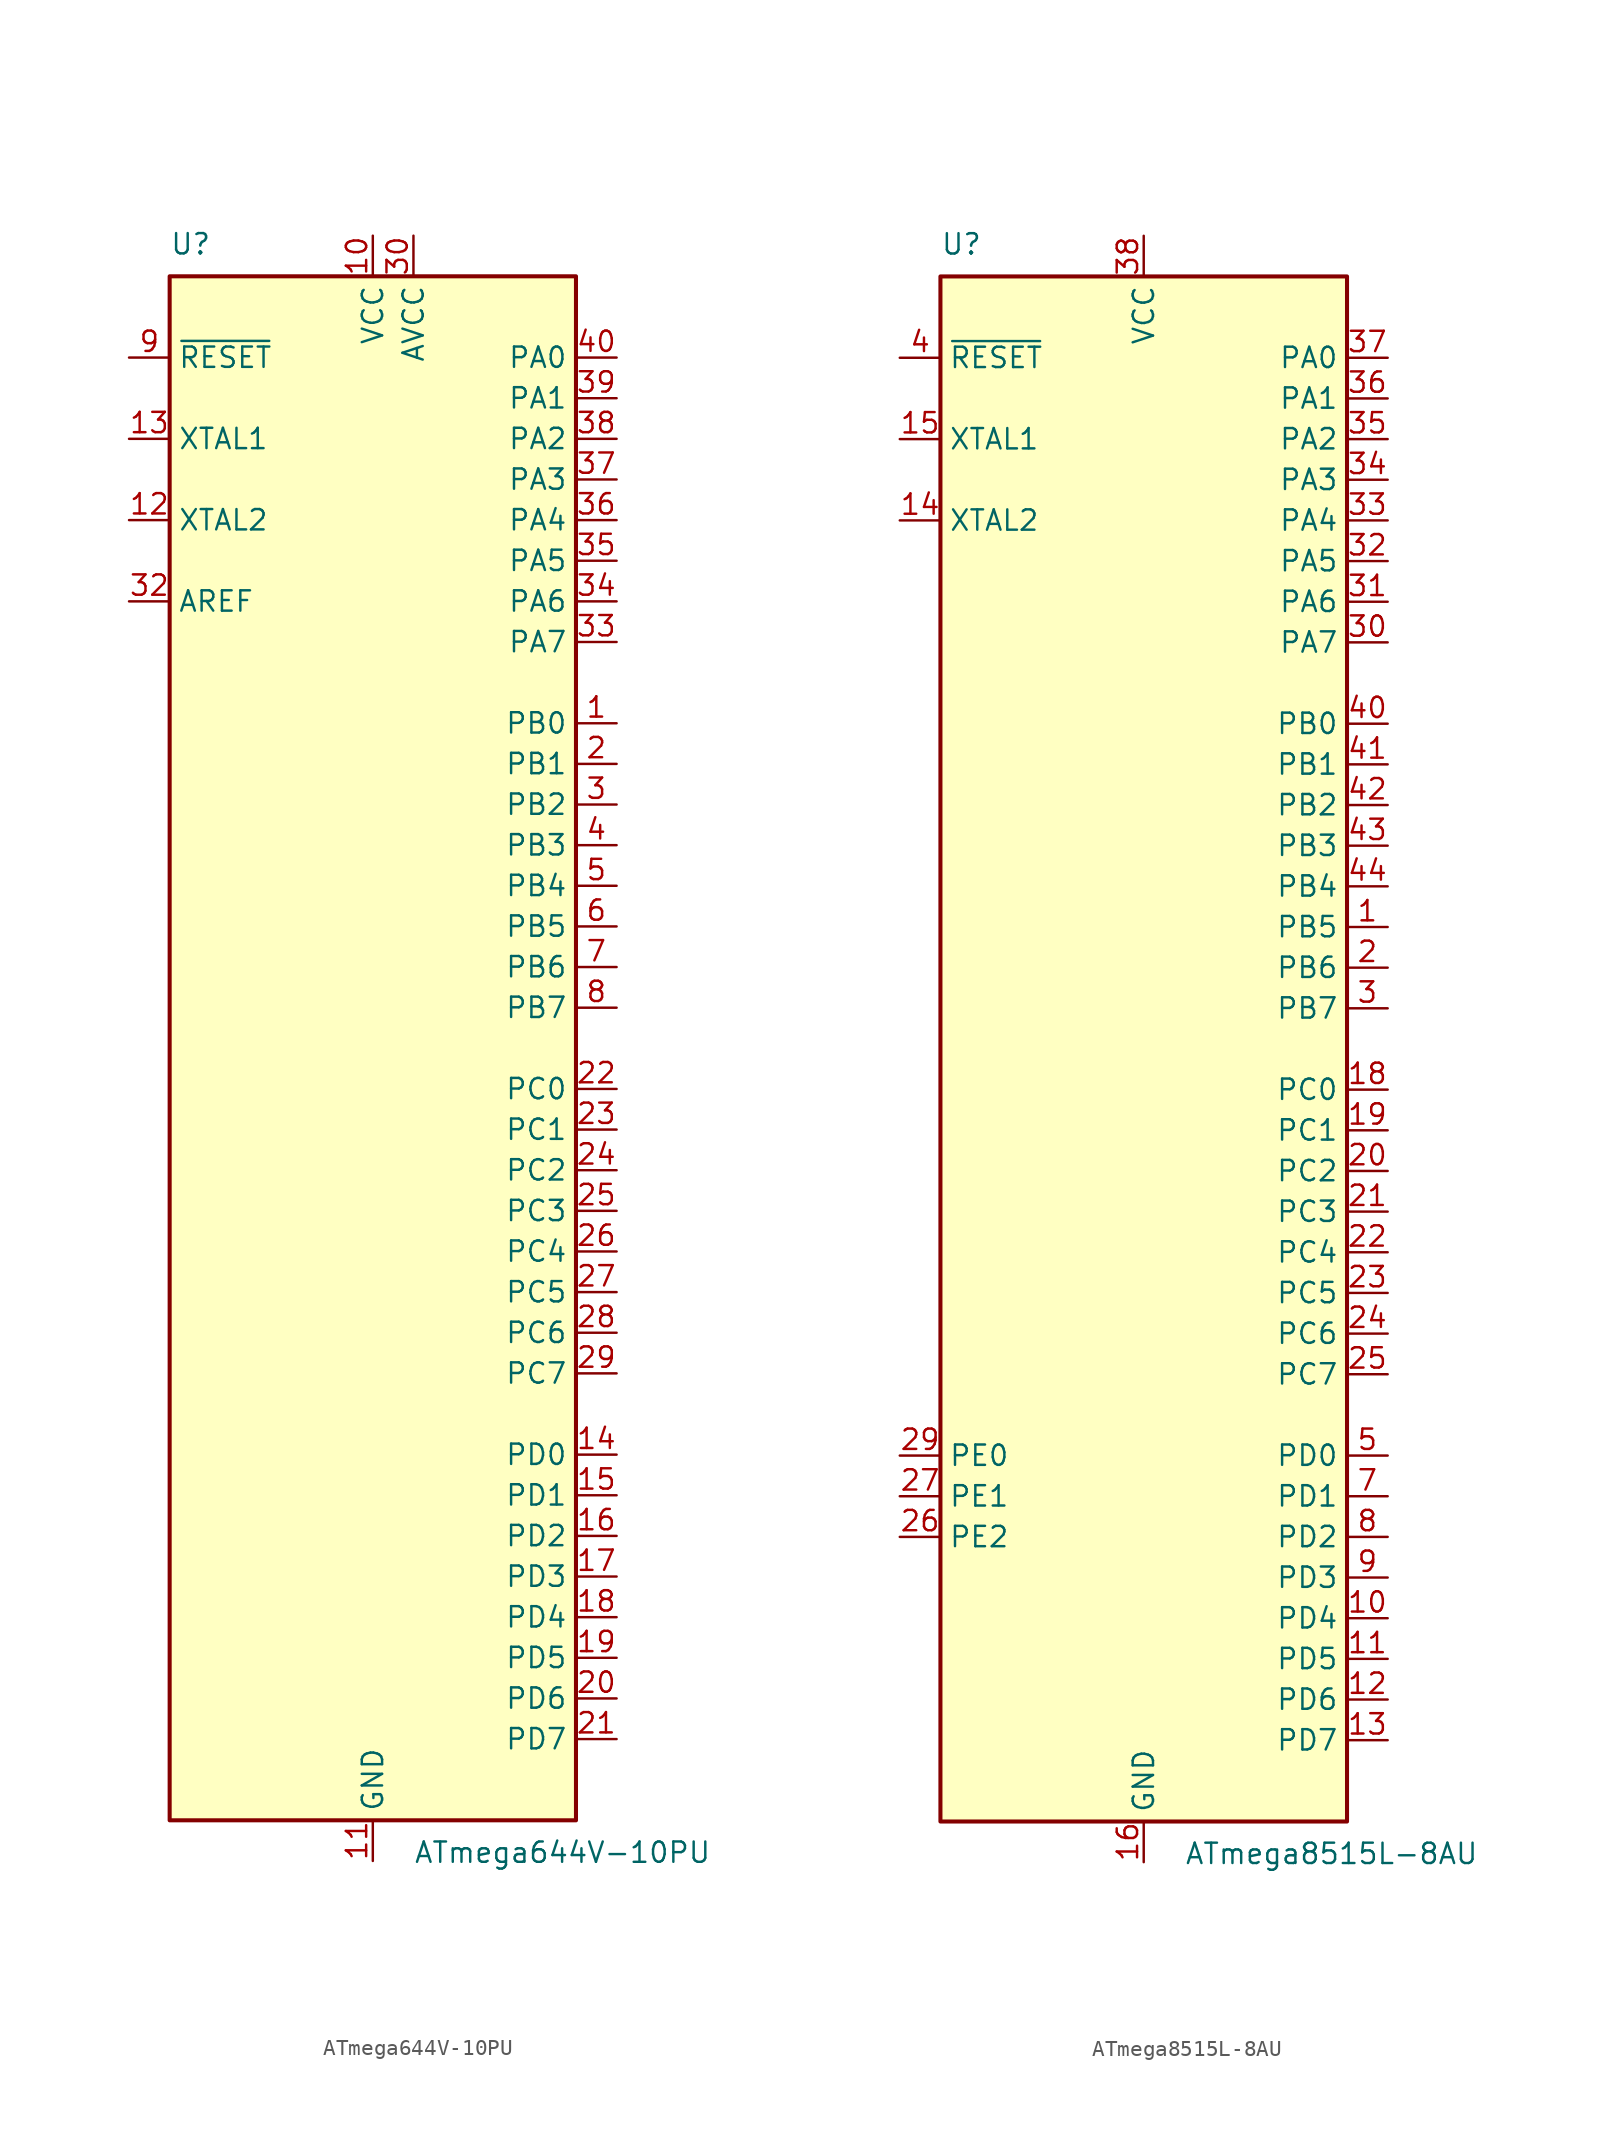
<source format=kicad_sym>
(kicad_symbol_lib
  (version 20201005)
  (generator kicad_symbol_editor)
  (symbol "ATmega644V-10PU"
    (property "Reference" "U"
      (at -12.7 49.53 0)
      (effects (font (size 1.27 1.27)) (justify left bottom)))
    (property "Value" "ATmega644V-10PU"
      (at 2.54 -49.53 0)
      (effects (font (size 1.27 1.27)) (justify left top)))
    (symbol "ATmega644V-10PU_0_1"
      (rectangle (start -12.7 -48.26) (end 12.7 48.26) (stroke (width 0.254)) (fill (type background))))
    (symbol "ATmega644V-10PU_1_1"
      (pin tri_state line (at 15.24 20.32 180) (length 2.54) (name "PB0" (effects (font (size 1.27 1.27)))) (number "1" (effects (font (size 1.27 1.27)))))
      (pin power_in line (at 0 50.8 270) (length 2.54) (name "VCC" (effects (font (size 1.27 1.27)))) (number "10" (effects (font (size 1.27 1.27)))))
      (pin power_in line (at 0 -50.8 90) (length 2.54) (name "GND" (effects (font (size 1.27 1.27)))) (number "11" (effects (font (size 1.27 1.27)))))
      (pin output line (at -15.24 33.02 0) (length 2.54) (name "XTAL2" (effects (font (size 1.27 1.27)))) (number "12" (effects (font (size 1.27 1.27)))))
      (pin input line (at -15.24 38.1 0) (length 2.54) (name "XTAL1" (effects (font (size 1.27 1.27)))) (number "13" (effects (font (size 1.27 1.27)))))
      (pin tri_state line (at 15.24 -25.4 180) (length 2.54) (name "PD0" (effects (font (size 1.27 1.27)))) (number "14" (effects (font (size 1.27 1.27)))))
      (pin tri_state line (at 15.24 -27.94 180) (length 2.54) (name "PD1" (effects (font (size 1.27 1.27)))) (number "15" (effects (font (size 1.27 1.27)))))
      (pin tri_state line (at 15.24 -30.48 180) (length 2.54) (name "PD2" (effects (font (size 1.27 1.27)))) (number "16" (effects (font (size 1.27 1.27)))))
      (pin tri_state line (at 15.24 -33.02 180) (length 2.54) (name "PD3" (effects (font (size 1.27 1.27)))) (number "17" (effects (font (size 1.27 1.27)))))
      (pin tri_state line (at 15.24 -35.56 180) (length 2.54) (name "PD4" (effects (font (size 1.27 1.27)))) (number "18" (effects (font (size 1.27 1.27)))))
      (pin tri_state line (at 15.24 -38.1 180) (length 2.54) (name "PD5" (effects (font (size 1.27 1.27)))) (number "19" (effects (font (size 1.27 1.27)))))
      (pin tri_state line (at 15.24 17.78 180) (length 2.54) (name "PB1" (effects (font (size 1.27 1.27)))) (number "2" (effects (font (size 1.27 1.27)))))
      (pin tri_state line (at 15.24 -40.64 180) (length 2.54) (name "PD6" (effects (font (size 1.27 1.27)))) (number "20" (effects (font (size 1.27 1.27)))))
      (pin tri_state line (at 15.24 -43.18 180) (length 2.54) (name "PD7" (effects (font (size 1.27 1.27)))) (number "21" (effects (font (size 1.27 1.27)))))
      (pin tri_state line (at 15.24 -2.54 180) (length 2.54) (name "PC0" (effects (font (size 1.27 1.27)))) (number "22" (effects (font (size 1.27 1.27)))))
      (pin tri_state line (at 15.24 -5.08 180) (length 2.54) (name "PC1" (effects (font (size 1.27 1.27)))) (number "23" (effects (font (size 1.27 1.27)))))
      (pin tri_state line (at 15.24 -7.62 180) (length 2.54) (name "PC2" (effects (font (size 1.27 1.27)))) (number "24" (effects (font (size 1.27 1.27)))))
      (pin tri_state line (at 15.24 -10.16 180) (length 2.54) (name "PC3" (effects (font (size 1.27 1.27)))) (number "25" (effects (font (size 1.27 1.27)))))
      (pin tri_state line (at 15.24 -12.7 180) (length 2.54) (name "PC4" (effects (font (size 1.27 1.27)))) (number "26" (effects (font (size 1.27 1.27)))))
      (pin tri_state line (at 15.24 -15.24 180) (length 2.54) (name "PC5" (effects (font (size 1.27 1.27)))) (number "27" (effects (font (size 1.27 1.27)))))
      (pin tri_state line (at 15.24 -17.78 180) (length 2.54) (name "PC6" (effects (font (size 1.27 1.27)))) (number "28" (effects (font (size 1.27 1.27)))))
      (pin tri_state line (at 15.24 -20.32 180) (length 2.54) (name "PC7" (effects (font (size 1.27 1.27)))) (number "29" (effects (font (size 1.27 1.27)))))
      (pin tri_state line (at 15.24 15.24 180) (length 2.54) (name "PB2" (effects (font (size 1.27 1.27)))) (number "3" (effects (font (size 1.27 1.27)))))
      (pin power_in line (at 2.54 50.8 270) (length 2.54) (name "AVCC" (effects (font (size 1.27 1.27)))) (number "30" (effects (font (size 1.27 1.27)))))
      (pin passive line (at 0 -50.8 90) (length 2.54) hide (name "GND" (effects (font (size 1.27 1.27)))) (number "31" (effects (font (size 1.27 1.27)))))
      (pin passive line (at -15.24 27.94 0) (length 2.54) (name "AREF" (effects (font (size 1.27 1.27)))) (number "32" (effects (font (size 1.27 1.27)))))
      (pin tri_state line (at 15.24 25.4 180) (length 2.54) (name "PA7" (effects (font (size 1.27 1.27)))) (number "33" (effects (font (size 1.27 1.27)))))
      (pin tri_state line (at 15.24 27.94 180) (length 2.54) (name "PA6" (effects (font (size 1.27 1.27)))) (number "34" (effects (font (size 1.27 1.27)))))
      (pin tri_state line (at 15.24 30.48 180) (length 2.54) (name "PA5" (effects (font (size 1.27 1.27)))) (number "35" (effects (font (size 1.27 1.27)))))
      (pin tri_state line (at 15.24 33.02 180) (length 2.54) (name "PA4" (effects (font (size 1.27 1.27)))) (number "36" (effects (font (size 1.27 1.27)))))
      (pin tri_state line (at 15.24 35.56 180) (length 2.54) (name "PA3" (effects (font (size 1.27 1.27)))) (number "37" (effects (font (size 1.27 1.27)))))
      (pin tri_state line (at 15.24 38.1 180) (length 2.54) (name "PA2" (effects (font (size 1.27 1.27)))) (number "38" (effects (font (size 1.27 1.27)))))
      (pin tri_state line (at 15.24 40.64 180) (length 2.54) (name "PA1" (effects (font (size 1.27 1.27)))) (number "39" (effects (font (size 1.27 1.27)))))
      (pin tri_state line (at 15.24 12.7 180) (length 2.54) (name "PB3" (effects (font (size 1.27 1.27)))) (number "4" (effects (font (size 1.27 1.27)))))
      (pin tri_state line (at 15.24 43.18 180) (length 2.54) (name "PA0" (effects (font (size 1.27 1.27)))) (number "40" (effects (font (size 1.27 1.27)))))
      (pin tri_state line (at 15.24 10.16 180) (length 2.54) (name "PB4" (effects (font (size 1.27 1.27)))) (number "5" (effects (font (size 1.27 1.27)))))
      (pin tri_state line (at 15.24 7.62 180) (length 2.54) (name "PB5" (effects (font (size 1.27 1.27)))) (number "6" (effects (font (size 1.27 1.27)))))
      (pin tri_state line (at 15.24 5.08 180) (length 2.54) (name "PB6" (effects (font (size 1.27 1.27)))) (number "7" (effects (font (size 1.27 1.27)))))
      (pin tri_state line (at 15.24 2.54 180) (length 2.54) (name "PB7" (effects (font (size 1.27 1.27)))) (number "8" (effects (font (size 1.27 1.27)))))
      (pin input line (at -15.24 43.18 0) (length 2.54) (name "~RESET" (effects (font (size 1.27 1.27)))) (number "9" (effects (font (size 1.27 1.27)))))))
  (symbol "ATmega8515L-8AU"
    (property "Reference" "U"
      (at -12.7 49.53 0)
      (effects (font (size 1.27 1.27)) (justify left bottom)))
    (property "Value" "ATmega8515L-8AU"
      (at 2.54 -49.53 0)
      (effects (font (size 1.27 1.27)) (justify left top)))
    (symbol "ATmega8515L-8AU_0_1"
      (rectangle (start -12.7 -48.26) (end 12.7 48.26) (stroke (width 0.254)) (fill (type background))))
    (symbol "ATmega8515L-8AU_1_1"
      (pin tri_state line (at 15.24 7.62 180) (length 2.54) (name "PB5" (effects (font (size 1.27 1.27)))) (number "1" (effects (font (size 1.27 1.27)))))
      (pin tri_state line (at 15.24 -35.56 180) (length 2.54) (name "PD4" (effects (font (size 1.27 1.27)))) (number "10" (effects (font (size 1.27 1.27)))))
      (pin tri_state line (at 15.24 -38.1 180) (length 2.54) (name "PD5" (effects (font (size 1.27 1.27)))) (number "11" (effects (font (size 1.27 1.27)))))
      (pin tri_state line (at 15.24 -40.64 180) (length 2.54) (name "PD6" (effects (font (size 1.27 1.27)))) (number "12" (effects (font (size 1.27 1.27)))))
      (pin tri_state line (at 15.24 -43.18 180) (length 2.54) (name "PD7" (effects (font (size 1.27 1.27)))) (number "13" (effects (font (size 1.27 1.27)))))
      (pin output line (at -15.24 33.02 0) (length 2.54) (name "XTAL2" (effects (font (size 1.27 1.27)))) (number "14" (effects (font (size 1.27 1.27)))))
      (pin input line (at -15.24 38.1 0) (length 2.54) (name "XTAL1" (effects (font (size 1.27 1.27)))) (number "15" (effects (font (size 1.27 1.27)))))
      (pin power_in line (at 0 -50.8 90) (length 2.54) (name "GND" (effects (font (size 1.27 1.27)))) (number "16" (effects (font (size 1.27 1.27)))))
      (pin no_connect line (at -12.7 -40.64 0) (length 2.54) hide (name "NC" (effects (font (size 1.27 1.27)))) (number "17" (effects (font (size 1.27 1.27)))))
      (pin tri_state line (at 15.24 -2.54 180) (length 2.54) (name "PC0" (effects (font (size 1.27 1.27)))) (number "18" (effects (font (size 1.27 1.27)))))
      (pin tri_state line (at 15.24 -5.08 180) (length 2.54) (name "PC1" (effects (font (size 1.27 1.27)))) (number "19" (effects (font (size 1.27 1.27)))))
      (pin tri_state line (at 15.24 5.08 180) (length 2.54) (name "PB6" (effects (font (size 1.27 1.27)))) (number "2" (effects (font (size 1.27 1.27)))))
      (pin tri_state line (at 15.24 -7.62 180) (length 2.54) (name "PC2" (effects (font (size 1.27 1.27)))) (number "20" (effects (font (size 1.27 1.27)))))
      (pin tri_state line (at 15.24 -10.16 180) (length 2.54) (name "PC3" (effects (font (size 1.27 1.27)))) (number "21" (effects (font (size 1.27 1.27)))))
      (pin tri_state line (at 15.24 -12.7 180) (length 2.54) (name "PC4" (effects (font (size 1.27 1.27)))) (number "22" (effects (font (size 1.27 1.27)))))
      (pin tri_state line (at 15.24 -15.24 180) (length 2.54) (name "PC5" (effects (font (size 1.27 1.27)))) (number "23" (effects (font (size 1.27 1.27)))))
      (pin tri_state line (at 15.24 -17.78 180) (length 2.54) (name "PC6" (effects (font (size 1.27 1.27)))) (number "24" (effects (font (size 1.27 1.27)))))
      (pin tri_state line (at 15.24 -20.32 180) (length 2.54) (name "PC7" (effects (font (size 1.27 1.27)))) (number "25" (effects (font (size 1.27 1.27)))))
      (pin tri_state line (at -15.24 -30.48 0) (length 2.54) (name "PE2" (effects (font (size 1.27 1.27)))) (number "26" (effects (font (size 1.27 1.27)))))
      (pin tri_state line (at -15.24 -27.94 0) (length 2.54) (name "PE1" (effects (font (size 1.27 1.27)))) (number "27" (effects (font (size 1.27 1.27)))))
      (pin no_connect line (at -12.7 -43.18 0) (length 2.54) hide (name "NC" (effects (font (size 1.27 1.27)))) (number "28" (effects (font (size 1.27 1.27)))))
      (pin tri_state line (at -15.24 -25.4 0) (length 2.54) (name "PE0" (effects (font (size 1.27 1.27)))) (number "29" (effects (font (size 1.27 1.27)))))
      (pin tri_state line (at 15.24 2.54 180) (length 2.54) (name "PB7" (effects (font (size 1.27 1.27)))) (number "3" (effects (font (size 1.27 1.27)))))
      (pin tri_state line (at 15.24 25.4 180) (length 2.54) (name "PA7" (effects (font (size 1.27 1.27)))) (number "30" (effects (font (size 1.27 1.27)))))
      (pin tri_state line (at 15.24 27.94 180) (length 2.54) (name "PA6" (effects (font (size 1.27 1.27)))) (number "31" (effects (font (size 1.27 1.27)))))
      (pin tri_state line (at 15.24 30.48 180) (length 2.54) (name "PA5" (effects (font (size 1.27 1.27)))) (number "32" (effects (font (size 1.27 1.27)))))
      (pin tri_state line (at 15.24 33.02 180) (length 2.54) (name "PA4" (effects (font (size 1.27 1.27)))) (number "33" (effects (font (size 1.27 1.27)))))
      (pin tri_state line (at 15.24 35.56 180) (length 2.54) (name "PA3" (effects (font (size 1.27 1.27)))) (number "34" (effects (font (size 1.27 1.27)))))
      (pin tri_state line (at 15.24 38.1 180) (length 2.54) (name "PA2" (effects (font (size 1.27 1.27)))) (number "35" (effects (font (size 1.27 1.27)))))
      (pin tri_state line (at 15.24 40.64 180) (length 2.54) (name "PA1" (effects (font (size 1.27 1.27)))) (number "36" (effects (font (size 1.27 1.27)))))
      (pin tri_state line (at 15.24 43.18 180) (length 2.54) (name "PA0" (effects (font (size 1.27 1.27)))) (number "37" (effects (font (size 1.27 1.27)))))
      (pin power_in line (at 0 50.8 270) (length 2.54) (name "VCC" (effects (font (size 1.27 1.27)))) (number "38" (effects (font (size 1.27 1.27)))))
      (pin no_connect line (at -12.7 -45.72 0) (length 2.54) hide (name "NC" (effects (font (size 1.27 1.27)))) (number "39" (effects (font (size 1.27 1.27)))))
      (pin input line (at -15.24 43.18 0) (length 2.54) (name "~RESET" (effects (font (size 1.27 1.27)))) (number "4" (effects (font (size 1.27 1.27)))))
      (pin tri_state line (at 15.24 20.32 180) (length 2.54) (name "PB0" (effects (font (size 1.27 1.27)))) (number "40" (effects (font (size 1.27 1.27)))))
      (pin tri_state line (at 15.24 17.78 180) (length 2.54) (name "PB1" (effects (font (size 1.27 1.27)))) (number "41" (effects (font (size 1.27 1.27)))))
      (pin tri_state line (at 15.24 15.24 180) (length 2.54) (name "PB2" (effects (font (size 1.27 1.27)))) (number "42" (effects (font (size 1.27 1.27)))))
      (pin tri_state line (at 15.24 12.7 180) (length 2.54) (name "PB3" (effects (font (size 1.27 1.27)))) (number "43" (effects (font (size 1.27 1.27)))))
      (pin tri_state line (at 15.24 10.16 180) (length 2.54) (name "PB4" (effects (font (size 1.27 1.27)))) (number "44" (effects (font (size 1.27 1.27)))))
      (pin tri_state line (at 15.24 -25.4 180) (length 2.54) (name "PD0" (effects (font (size 1.27 1.27)))) (number "5" (effects (font (size 1.27 1.27)))))
      (pin no_connect line (at -12.7 -38.1 0) (length 2.54) hide (name "NC" (effects (font (size 1.27 1.27)))) (number "6" (effects (font (size 1.27 1.27)))))
      (pin tri_state line (at 15.24 -27.94 180) (length 2.54) (name "PD1" (effects (font (size 1.27 1.27)))) (number "7" (effects (font (size 1.27 1.27)))))
      (pin tri_state line (at 15.24 -30.48 180) (length 2.54) (name "PD2" (effects (font (size 1.27 1.27)))) (number "8" (effects (font (size 1.27 1.27)))))
      (pin tri_state line (at 15.24 -33.02 180) (length 2.54) (name "PD3" (effects (font (size 1.27 1.27)))) (number "9" (effects (font (size 1.27 1.27))))))))
</source>
